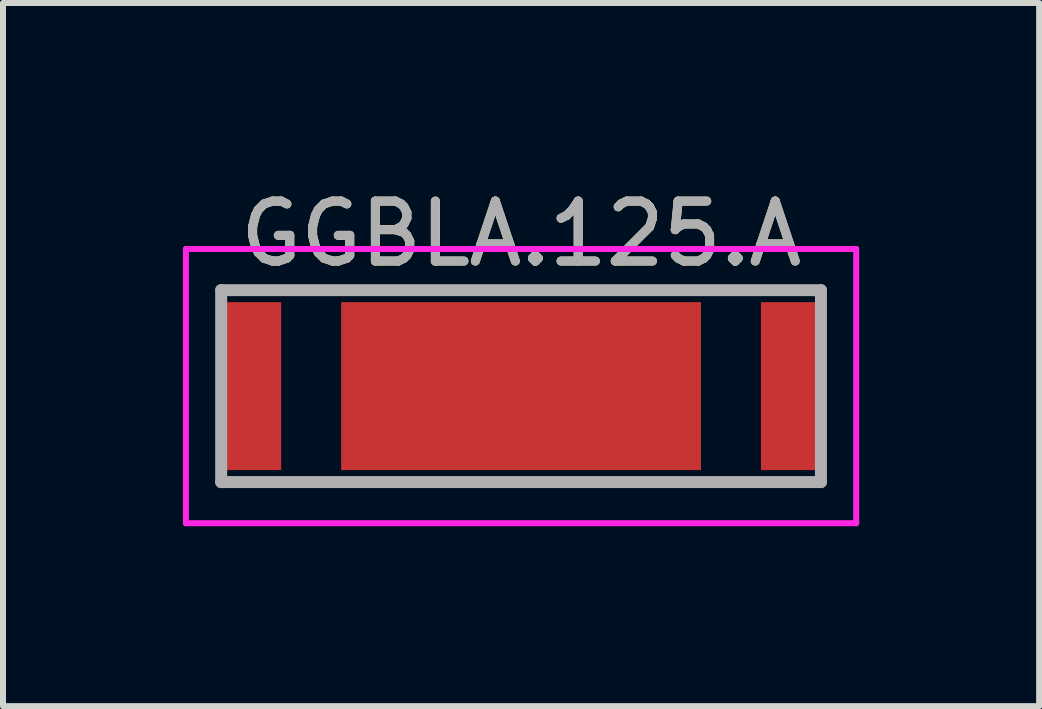
<source format=kicad_pcb>
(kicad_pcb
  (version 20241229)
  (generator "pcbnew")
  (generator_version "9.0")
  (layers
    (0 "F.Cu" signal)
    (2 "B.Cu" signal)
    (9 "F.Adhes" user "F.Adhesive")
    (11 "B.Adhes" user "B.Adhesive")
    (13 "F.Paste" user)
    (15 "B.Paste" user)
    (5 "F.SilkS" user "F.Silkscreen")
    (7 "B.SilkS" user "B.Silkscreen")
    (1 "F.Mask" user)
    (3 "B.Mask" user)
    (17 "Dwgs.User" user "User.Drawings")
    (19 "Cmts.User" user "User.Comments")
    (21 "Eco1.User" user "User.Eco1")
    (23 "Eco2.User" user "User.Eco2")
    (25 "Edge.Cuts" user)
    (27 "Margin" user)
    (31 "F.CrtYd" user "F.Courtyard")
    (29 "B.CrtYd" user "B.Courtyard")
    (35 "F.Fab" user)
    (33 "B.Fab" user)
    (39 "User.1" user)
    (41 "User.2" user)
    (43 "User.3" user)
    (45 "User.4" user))
  (footprint "GGBLA.125.A"
    (layer "F.Cu")
    (at 5.638 3.388)
    (property "Reference" "GGBLA.125.A" (at 0 -2.54 0) (layer "F.SilkS") (effects (font (size 1 1) (thickness 0.15))))
    (attr smd)
    (fp_line (start -5 -1.6) (end 5 -1.6) (stroke (width 0.1) (type solid)) (layer "F.SilkS"))
    (fp_line (start -5 1.6) (end 5 1.6) (stroke (width 0.1) (type solid)) (layer "F.SilkS"))
    (fp_line (start -5.588 -2.286) (end 5.588 -2.286) (stroke (width 0.1) (type solid)) (layer "F.CrtYd"))
    (fp_line (start -5.588 2.286) (end -5.588 -2.286) (stroke (width 0.1) (type solid)) (layer "F.CrtYd"))
    (fp_line (start 5.588 -2.286) (end 5.588 2.286) (stroke (width 0.1) (type solid)) (layer "F.CrtYd"))
    (fp_line (start 5.588 2.286) (end -5.588 2.286) (stroke (width 0.1) (type solid)) (layer "F.CrtYd"))
    (fp_line (start -5 -1.6) (end 5 -1.6) (stroke (width 0.2) (type solid)) (layer "F.Fab"))
    (fp_line (start -5 1.6) (end -5 -1.6) (stroke (width 0.2) (type solid)) (layer "F.Fab"))
    (fp_line (start 5 -1.6) (end 5 1.6) (stroke (width 0.2) (type solid)) (layer "F.Fab"))
    (fp_line (start 5 1.6) (end -5 1.6) (stroke (width 0.2) (type solid)) (layer "F.Fab"))
    (fp_text user "${REFERENCE}" (at 0 -2.54 0) (layer "F.Fab") (effects (font (size 1 1) (thickness 0.15))))
    (pad "1" smd rect (at 0 0 90) (size 2.8 6) (layers "F.Cu" "F.Mask" "F.Paste"))
    (pad "2" smd rect (at -4.5 0) (size 1 2.8) (layers "F.Cu" "F.Mask" "F.Paste"))
    (pad "3" smd rect (at 4.5 0) (size 1 2.8) (layers "F.Cu" "F.Mask" "F.Paste")))
  (gr_rect
    (start -3 -3)
    (end 14.276 8.724)
    (stroke (width 0.1) (type default))
    (fill no)
    (layer "Edge.Cuts")))
</source>
